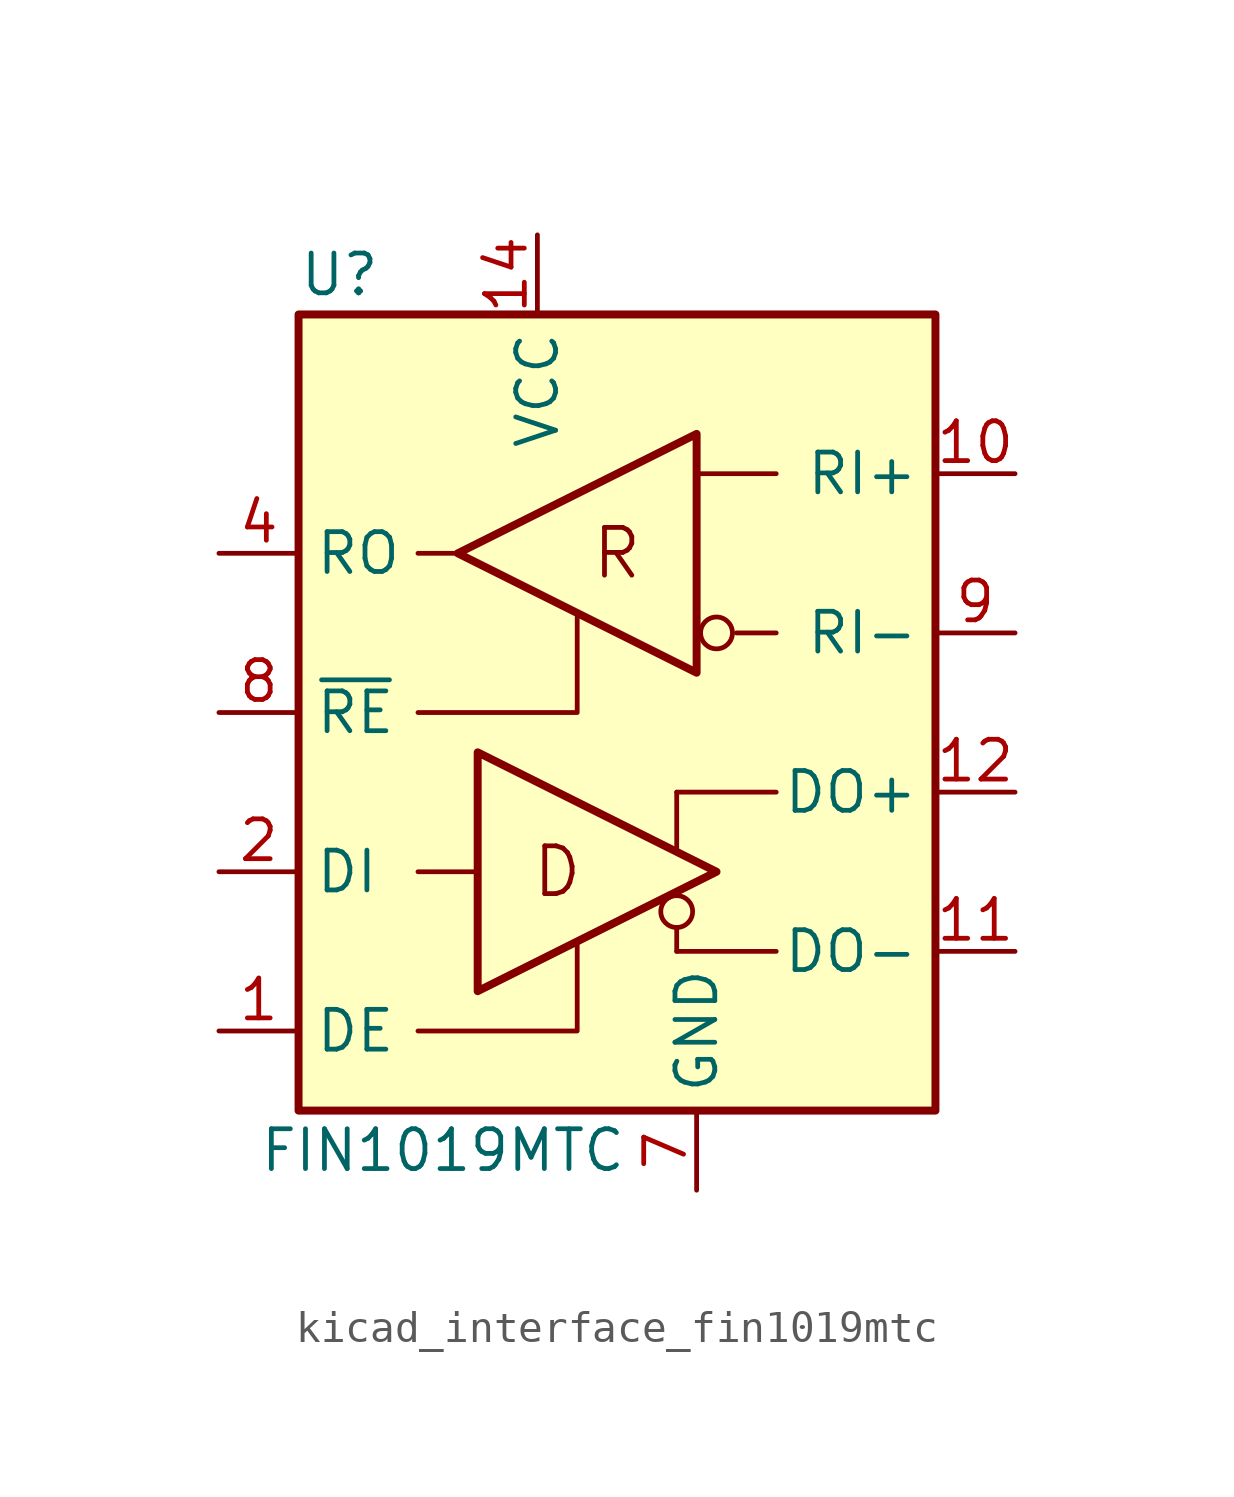
<source format=kicad_sym>
(kicad_symbol_lib
  (version 20220914)
  (generator kicad_symbol_editor)
  (symbol "kicad_interface_fin1019mtc"
    (property "Reference" "U"
      (at -10.16 13.97 0)
      (effects (font (size 1.27 1.27)) (justify left)))
    (property "Value" "FIN1019MTC"
      (at -11.43 -13.97 0)
      (effects (font (size 1.27 1.27)) (justify left)))
    (symbol "kicad_interface_fin1019mtc_0_0"
      (rectangle (start -10.16 12.7) (end 10.16 -12.7) (stroke (width 0.254) (type default)) (fill (type background)))
      (polyline (pts (xy 1.905 -6.858) (xy 1.905 -7.62)) (stroke (width 0) (type default)) (fill (type none)))
      (polyline (pts (xy 1.905 -4.445) (xy 1.905 -2.54)) (stroke (width 0) (type default)) (fill (type none)))
      (circle (center 1.905 -6.35) (radius 0.508) (stroke (width 0) (type default)) (fill (type none)))
      (circle (center 3.175 2.54) (radius 0.508) (stroke (width 0) (type default)) (fill (type none)))
      (text "D" (at -1.905 -5.08 0) (effects (font (size 1.524 1.524))))
      (text "R" (at 0 5.08 0) (effects (font (size 1.524 1.524)))))
    (symbol "kicad_interface_fin1019mtc_0_1"
      (polyline (pts (xy -6.35 -5.08) (xy -4.445 -5.08)) (stroke (width 0) (type default)) (fill (type none)))
      (polyline (pts (xy -6.35 5.08) (xy -5.08 5.08)) (stroke (width 0) (type default)) (fill (type none)))
      (polyline (pts (xy 1.905 -7.62) (xy 5.08 -7.62)) (stroke (width 0) (type default)) (fill (type none)))
      (polyline (pts (xy 2.54 7.62) (xy 5.08 7.62)) (stroke (width 0) (type default)) (fill (type none)))
      (polyline (pts (xy 5.08 -2.54) (xy 1.905 -2.54)) (stroke (width 0) (type default)) (fill (type none)))
      (polyline (pts (xy 5.08 2.54) (xy 3.81 2.54)) (stroke (width 0) (type default)) (fill (type none)))
      (polyline (pts (xy -6.35 -10.16) (xy -1.27 -10.16) (xy -1.27 -7.366)) (stroke (width 0) (type default)) (fill (type none)))
      (polyline (pts (xy -6.35 0) (xy -1.27 0) (xy -1.27 3.048)) (stroke (width 0) (type default)) (fill (type none)))
      (polyline (pts (xy -4.445 -8.89) (xy -4.445 -1.27) (xy 3.175 -5.08) (xy -4.445 -8.89)) (stroke (width 0.254) (type default)) (fill (type none)))
      (polyline (pts (xy 2.54 8.89) (xy 2.54 1.27) (xy -5.08 5.08) (xy 2.54 8.89)) (stroke (width 0.254) (type default)) (fill (type none))))
    (symbol "kicad_interface_fin1019mtc_1_1"
      (pin input line (at -12.7 -10.16 0) (length 2.54) (name "DE" (effects (font (size 1.27 1.27)))) (number "1" (effects (font (size 1.27 1.27)))))
      (pin input line (at 12.7 7.62 180) (length 2.54) (name "RI+" (effects (font (size 1.27 1.27)))) (number "10" (effects (font (size 1.27 1.27)))))
      (pin tri_state line (at 12.7 -7.62 180) (length 2.54) (name "DO-" (effects (font (size 1.27 1.27)))) (number "11" (effects (font (size 1.27 1.27)))))
      (pin tri_state line (at 12.7 -2.54 180) (length 2.54) (name "DO+" (effects (font (size 1.27 1.27)))) (number "12" (effects (font (size 1.27 1.27)))))
      (pin no_connect line (at 7.62 12.7 270) (length 2.54) hide (name "NC" (effects (font (size 1.27 1.27)))) (number "13" (effects (font (size 1.27 1.27)))))
      (pin power_in line (at -2.54 15.24 270) (length 2.54) (name "VCC" (effects (font (size 1.27 1.27)))) (number "14" (effects (font (size 1.27 1.27)))))
      (pin input line (at -12.7 -5.08 0) (length 2.54) (name "DI" (effects (font (size 1.27 1.27)))) (number "2" (effects (font (size 1.27 1.27)))))
      (pin no_connect line (at 0 12.7 270) (length 2.54) hide (name "NC" (effects (font (size 1.27 1.27)))) (number "3" (effects (font (size 1.27 1.27)))))
      (pin tri_state line (at -12.7 5.08 0) (length 2.54) (name "RO" (effects (font (size 1.27 1.27)))) (number "4" (effects (font (size 1.27 1.27)))))
      (pin no_connect line (at 2.54 12.7 270) (length 2.54) hide (name "NC" (effects (font (size 1.27 1.27)))) (number "5" (effects (font (size 1.27 1.27)))))
      (pin no_connect line (at 5.08 12.7 270) (length 2.54) hide (name "NC" (effects (font (size 1.27 1.27)))) (number "6" (effects (font (size 1.27 1.27)))))
      (pin power_in line (at 2.54 -15.24 90) (length 2.54) (name "GND" (effects (font (size 1.27 1.27)))) (number "7" (effects (font (size 1.27 1.27)))))
      (pin input line (at -12.7 0 0) (length 2.54) (name "~{RE}" (effects (font (size 1.27 1.27)))) (number "8" (effects (font (size 1.27 1.27)))))
      (pin input line (at 12.7 2.54 180) (length 2.54) (name "RI-" (effects (font (size 1.27 1.27)))) (number "9" (effects (font (size 1.27 1.27))))))))
</source>
